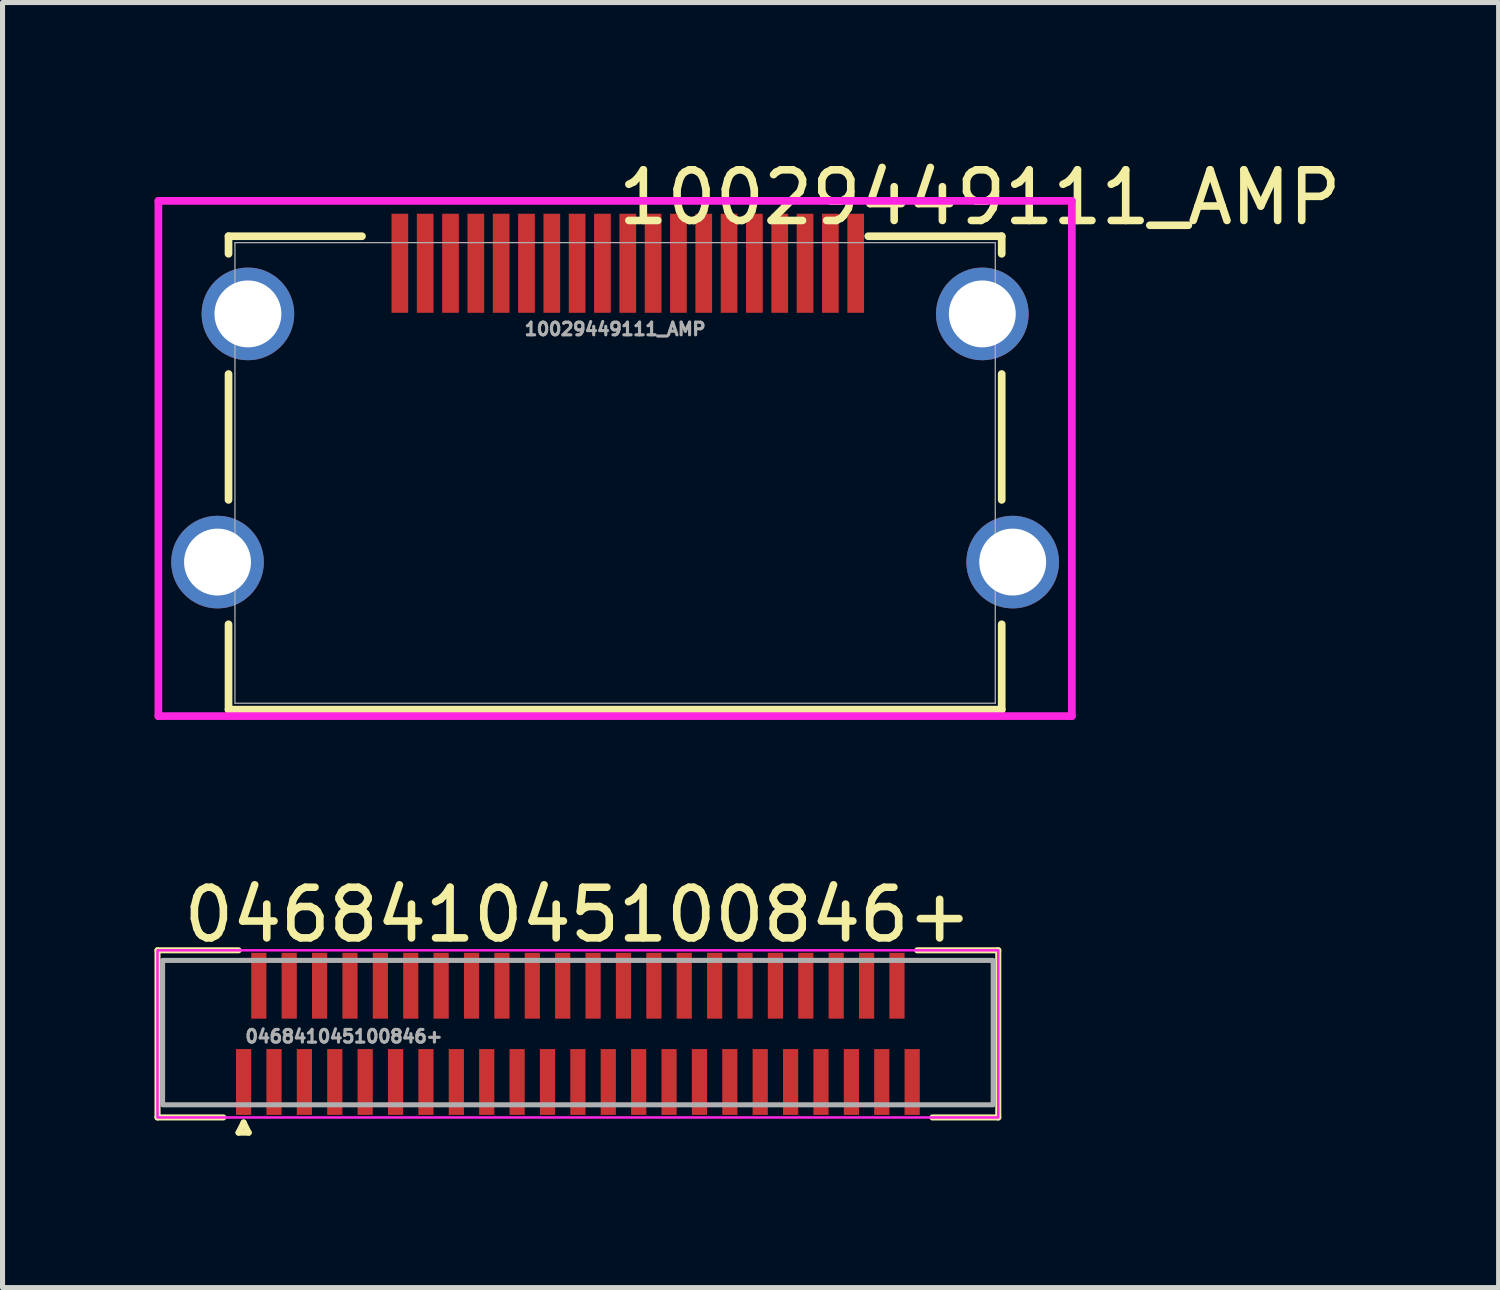
<source format=kicad_pcb>
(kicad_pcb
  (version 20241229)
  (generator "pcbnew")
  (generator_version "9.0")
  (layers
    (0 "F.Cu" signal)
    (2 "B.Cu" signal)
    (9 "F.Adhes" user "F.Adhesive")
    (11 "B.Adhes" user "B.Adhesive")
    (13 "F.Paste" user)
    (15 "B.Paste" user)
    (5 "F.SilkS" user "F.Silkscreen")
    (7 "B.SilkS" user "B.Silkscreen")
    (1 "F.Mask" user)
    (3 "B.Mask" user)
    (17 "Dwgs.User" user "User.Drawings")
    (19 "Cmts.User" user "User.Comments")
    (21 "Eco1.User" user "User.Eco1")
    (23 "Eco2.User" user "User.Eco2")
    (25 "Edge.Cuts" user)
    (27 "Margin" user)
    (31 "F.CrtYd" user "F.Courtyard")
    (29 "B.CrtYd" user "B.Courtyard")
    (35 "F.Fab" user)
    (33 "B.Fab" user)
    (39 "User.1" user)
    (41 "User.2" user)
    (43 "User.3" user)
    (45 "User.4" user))
  (footprint "10029449111_AMP"
    (layer "F.Cu")
    (at 13.595 2.148)
    (property "Reference" "10029449111_AMP" (at 2.7 -1.3 0) (unlocked yes) (layer "F.SilkS") (effects (font (size 1 1) (thickness 0.15))))
    (attr smd)
    (fp_line (start -12.133 -0.534) (end -12.133 -0.187) (stroke (width 0.152) (type solid)) (layer "F.SilkS"))
    (fp_line (start -12.133 2.187) (end -12.133 4.672) (stroke (width 0.152) (type solid)) (layer "F.SilkS"))
    (fp_line (start -12.133 7.128) (end -12.133 8.814) (stroke (width 0.152) (type solid)) (layer "F.SilkS"))
    (fp_line (start -12.133 8.814) (end 3.133 8.814) (stroke (width 0.152) (type solid)) (layer "F.SilkS"))
    (fp_line (start -9.498 -0.534) (end -12.133 -0.534) (stroke (width 0.152) (type solid)) (layer "F.SilkS"))
    (fp_line (start 3.133 -0.534) (end 0.498 -0.534) (stroke (width 0.152) (type solid)) (layer "F.SilkS"))
    (fp_line (start 3.133 -0.187) (end 3.133 -0.534) (stroke (width 0.152) (type solid)) (layer "F.SilkS"))
    (fp_line (start 3.133 4.672) (end 3.133 2.187) (stroke (width 0.152) (type solid)) (layer "F.SilkS"))
    (fp_line (start 3.133 8.814) (end 3.133 7.128) (stroke (width 0.152) (type solid)) (layer "F.SilkS"))
    (fp_line (start -13.518 -1.232) (end -13.518 8.941) (stroke (width 0.152) (type solid)) (layer "F.CrtYd"))
    (fp_line (start -13.518 8.941) (end 4.518 8.941) (stroke (width 0.152) (type solid)) (layer "F.CrtYd"))
    (fp_line (start 4.518 -1.232) (end -13.518 -1.232) (stroke (width 0.152) (type solid)) (layer "F.CrtYd"))
    (fp_line (start 4.518 8.941) (end 4.518 -1.232) (stroke (width 0.152) (type solid)) (layer "F.CrtYd"))
    (fp_line (start -12.006 -0.407) (end -12.006 8.687) (stroke (width 0.025) (type solid)) (layer "F.Fab"))
    (fp_line (start -12.006 8.687) (end 3.006 8.687) (stroke (width 0.025) (type solid)) (layer "F.Fab"))
    (fp_line (start 3.006 -0.407) (end -12.006 -0.407) (stroke (width 0.025) (type solid)) (layer "F.Fab"))
    (fp_line (start 3.006 8.687) (end 3.006 -0.407) (stroke (width 0.025) (type solid)) (layer "F.Fab"))
    (fp_text user "${REFERENCE}" (at -4.5 1.3 0) (unlocked yes) (layer "F.Fab") (effects (font (size 0.25 0.25) (thickness 0.062))))
    (pad "1" smd rect (at 0.25 0) (size 0.33 1.956) (layers "F.Cu" "F.Mask" "F.Paste"))
    (pad "2" smd rect (at -0.25 0) (size 0.33 1.956) (layers "F.Cu" "F.Mask" "F.Paste"))
    (pad "3" smd rect (at -0.75 0) (size 0.33 1.956) (layers "F.Cu" "F.Mask" "F.Paste"))
    (pad "4" smd rect (at -1.25 0) (size 0.33 1.956) (layers "F.Cu" "F.Mask" "F.Paste"))
    (pad "5" smd rect (at -1.75 0) (size 0.33 1.956) (layers "F.Cu" "F.Mask" "F.Paste"))
    (pad "6" smd rect (at -2.25 0) (size 0.33 1.956) (layers "F.Cu" "F.Mask" "F.Paste"))
    (pad "7" smd rect (at -2.75 0) (size 0.33 1.956) (layers "F.Cu" "F.Mask" "F.Paste"))
    (pad "8" smd rect (at -3.25 0) (size 0.33 1.956) (layers "F.Cu" "F.Mask" "F.Paste"))
    (pad "9" smd rect (at -3.75 0) (size 0.33 1.956) (layers "F.Cu" "F.Mask" "F.Paste"))
    (pad "10" smd rect (at -4.25 0) (size 0.33 1.956) (layers "F.Cu" "F.Mask" "F.Paste"))
    (pad "11" smd rect (at -4.75 0) (size 0.33 1.956) (layers "F.Cu" "F.Mask" "F.Paste"))
    (pad "12" smd rect (at -5.25 0) (size 0.33 1.956) (layers "F.Cu" "F.Mask" "F.Paste"))
    (pad "13" smd rect (at -5.75 0) (size 0.33 1.956) (layers "F.Cu" "F.Mask" "F.Paste"))
    (pad "14" smd rect (at -6.25 0) (size 0.33 1.956) (layers "F.Cu" "F.Mask" "F.Paste"))
    (pad "15" smd rect (at -6.75 0) (size 0.33 1.956) (layers "F.Cu" "F.Mask" "F.Paste"))
    (pad "16" smd rect (at -7.25 0) (size 0.33 1.956) (layers "F.Cu" "F.Mask" "F.Paste"))
    (pad "17" smd rect (at -7.75 0) (size 0.33 1.956) (layers "F.Cu" "F.Mask" "F.Paste"))
    (pad "18" smd rect (at -8.25 0) (size 0.33 1.956) (layers "F.Cu" "F.Mask" "F.Paste"))
    (pad "19" smd rect (at -8.75 0) (size 0.33 1.956) (layers "F.Cu" "F.Mask" "F.Paste"))
    (pad "20" thru_hole circle (at -11.75 1) (size 1.829 1.829) (drill 1.321) (layers "*.Cu" "*.Mask"))
    (pad "21" thru_hole circle (at 2.75 1) (size 1.829 1.829) (drill 1.321) (layers "*.Cu" "*.Mask"))
    (pad "22" thru_hole circle (at -12.35 5.9) (size 1.829 1.829) (drill 1.321) (layers "*.Cu" "*.Mask"))
    (pad "23" thru_hole circle (at 3.35 5.9) (size 1.829 1.829) (drill 1.321) (layers "*.Cu" "*.Mask")))
  (footprint "046841045100846+"
    (layer "F.Cu")
    (at 8.36 18.313)
    (property "Reference" "046841045100846+" (at 0 -3.3 0) (unlocked yes) (layer "F.SilkS") (effects (font (size 1 1) (thickness 0.15))))
    (attr smd)
    (fp_line (start -8.3 -2.6) (end -6.7 -2.6) (stroke (width 0.12) (type solid)) (layer "F.SilkS"))
    (fp_line (start -8.3 0.7) (end -8.3 -2.6) (stroke (width 0.12) (type solid)) (layer "F.SilkS"))
    (fp_line (start -7 0.7) (end -8.3 0.7) (stroke (width 0.12) (type solid)) (layer "F.SilkS"))
    (fp_line (start -6.7 1) (end -6.5 1) (stroke (width 0.12) (type solid)) (layer "F.SilkS"))
    (fp_line (start -6.6 0.8) (end -6.7 1) (stroke (width 0.12) (type solid)) (layer "F.SilkS"))
    (fp_line (start -6.5 1) (end -6.6 0.8) (stroke (width 0.12) (type solid)) (layer "F.SilkS"))
    (fp_line (start 7 0.7) (end 8.3 0.7) (stroke (width 0.12) (type solid)) (layer "F.SilkS"))
    (fp_line (start 8.3 -2.6) (end 6.7 -2.6) (stroke (width 0.12) (type solid)) (layer "F.SilkS"))
    (fp_line (start 8.3 0.7) (end 8.3 -2.6) (stroke (width 0.12) (type solid)) (layer "F.SilkS"))
    (fp_rect (start -8.3 -2.6) (end 8.3 0.7) (stroke (width 0.05) (type solid)) (fill no) (layer "F.CrtYd"))
    (fp_rect (start -8.2 -2.4) (end 8.2 0.45) (stroke (width 0.1) (type solid)) (fill no) (layer "F.Fab"))
    (fp_text user "${REFERENCE}" (at -6.6 -0.9 0) (unlocked yes) (layer "F.Fab") (effects (font (size 0.25 0.25) (thickness 0.062)) (justify left)))
    (pad "1" smd rect (at -6.6 0) (size 0.3 1.3) (layers "F.Cu" "F.Mask" "F.Paste"))
    (pad "2" smd rect (at -6.3 -1.9) (size 0.3 1.3) (layers "F.Cu" "F.Mask" "F.Paste"))
    (pad "3" smd rect (at -6 0) (size 0.3 1.3) (layers "F.Cu" "F.Mask" "F.Paste"))
    (pad "4" smd rect (at -5.7 -1.9) (size 0.3 1.3) (layers "F.Cu" "F.Mask" "F.Paste"))
    (pad "5" smd rect (at -5.4 0) (size 0.3 1.3) (layers "F.Cu" "F.Mask" "F.Paste"))
    (pad "6" smd rect (at -5.1 -1.9) (size 0.3 1.3) (layers "F.Cu" "F.Mask" "F.Paste"))
    (pad "7" smd rect (at -4.8 0) (size 0.3 1.3) (layers "F.Cu" "F.Mask" "F.Paste"))
    (pad "8" smd rect (at -4.5 -1.9) (size 0.3 1.3) (layers "F.Cu" "F.Mask" "F.Paste"))
    (pad "9" smd rect (at -4.2 0) (size 0.3 1.3) (layers "F.Cu" "F.Mask" "F.Paste"))
    (pad "10" smd rect (at -3.9 -1.9) (size 0.3 1.3) (layers "F.Cu" "F.Mask" "F.Paste"))
    (pad "11" smd rect (at -3.6 0) (size 0.3 1.3) (layers "F.Cu" "F.Mask" "F.Paste"))
    (pad "12" smd rect (at -3.3 -1.9) (size 0.3 1.3) (layers "F.Cu" "F.Mask" "F.Paste"))
    (pad "13" smd rect (at -3 0) (size 0.3 1.3) (layers "F.Cu" "F.Mask" "F.Paste"))
    (pad "14" smd rect (at -2.7 -1.9) (size 0.3 1.3) (layers "F.Cu" "F.Mask" "F.Paste"))
    (pad "15" smd rect (at -2.4 0) (size 0.3 1.3) (layers "F.Cu" "F.Mask" "F.Paste"))
    (pad "16" smd rect (at -2.1 -1.9) (size 0.3 1.3) (layers "F.Cu" "F.Mask" "F.Paste"))
    (pad "17" smd rect (at -1.8 0) (size 0.3 1.3) (layers "F.Cu" "F.Mask" "F.Paste"))
    (pad "18" smd rect (at -1.5 -1.9) (size 0.3 1.3) (layers "F.Cu" "F.Mask" "F.Paste"))
    (pad "19" smd rect (at -1.2 0) (size 0.3 1.3) (layers "F.Cu" "F.Mask" "F.Paste"))
    (pad "20" smd rect (at -0.9 -1.9) (size 0.3 1.3) (layers "F.Cu" "F.Mask" "F.Paste"))
    (pad "21" smd rect (at -0.6 0) (size 0.3 1.3) (layers "F.Cu" "F.Mask" "F.Paste"))
    (pad "22" smd rect (at -0.3 -1.9) (size 0.3 1.3) (layers "F.Cu" "F.Mask" "F.Paste"))
    (pad "23" smd rect (at 0 0) (size 0.3 1.3) (layers "F.Cu" "F.Mask" "F.Paste"))
    (pad "24" smd rect (at 0.3 -1.9) (size 0.3 1.3) (layers "F.Cu" "F.Mask" "F.Paste"))
    (pad "25" smd rect (at 0.6 0) (size 0.3 1.3) (layers "F.Cu" "F.Mask" "F.Paste"))
    (pad "26" smd rect (at 0.9 -1.9) (size 0.3 1.3) (layers "F.Cu" "F.Mask" "F.Paste"))
    (pad "27" smd rect (at 1.2 0) (size 0.3 1.3) (layers "F.Cu" "F.Mask" "F.Paste"))
    (pad "28" smd rect (at 1.5 -1.9) (size 0.3 1.3) (layers "F.Cu" "F.Mask" "F.Paste"))
    (pad "29" smd rect (at 1.8 0) (size 0.3 1.3) (layers "F.Cu" "F.Mask" "F.Paste"))
    (pad "30" smd rect (at 2.1 -1.9) (size 0.3 1.3) (layers "F.Cu" "F.Mask" "F.Paste"))
    (pad "31" smd rect (at 2.4 0) (size 0.3 1.3) (layers "F.Cu" "F.Mask" "F.Paste"))
    (pad "32" smd rect (at 2.7 -1.9) (size 0.3 1.3) (layers "F.Cu" "F.Mask" "F.Paste"))
    (pad "33" smd rect (at 3 0) (size 0.3 1.3) (layers "F.Cu" "F.Mask" "F.Paste"))
    (pad "34" smd rect (at 3.3 -1.9) (size 0.3 1.3) (layers "F.Cu" "F.Mask" "F.Paste"))
    (pad "35" smd rect (at 3.6 0) (size 0.3 1.3) (layers "F.Cu" "F.Mask" "F.Paste"))
    (pad "36" smd rect (at 3.9 -1.9) (size 0.3 1.3) (layers "F.Cu" "F.Mask" "F.Paste"))
    (pad "37" smd rect (at 4.2 0) (size 0.3 1.3) (layers "F.Cu" "F.Mask" "F.Paste"))
    (pad "38" smd rect (at 4.5 -1.9) (size 0.3 1.3) (layers "F.Cu" "F.Mask" "F.Paste"))
    (pad "39" smd rect (at 4.8 0) (size 0.3 1.3) (layers "F.Cu" "F.Mask" "F.Paste"))
    (pad "40" smd rect (at 5.1 -1.9) (size 0.3 1.3) (layers "F.Cu" "F.Mask" "F.Paste"))
    (pad "41" smd rect (at 5.4 0) (size 0.3 1.3) (layers "F.Cu" "F.Mask" "F.Paste"))
    (pad "42" smd rect (at 5.7 -1.9) (size 0.3 1.3) (layers "F.Cu" "F.Mask" "F.Paste"))
    (pad "43" smd rect (at 6 0) (size 0.3 1.3) (layers "F.Cu" "F.Mask" "F.Paste"))
    (pad "44" smd rect (at 6.3 -1.9) (size 0.3 1.3) (layers "F.Cu" "F.Mask" "F.Paste"))
    (pad "45" smd rect (at 6.6 0) (size 0.3 1.3) (layers "F.Cu" "F.Mask" "F.Paste")))
  (gr_rect
    (start -3 -3)
    (end 26.539 22.373)
    (stroke (width 0.1) (type default))
    (fill no)
    (layer "Edge.Cuts")))
</source>
